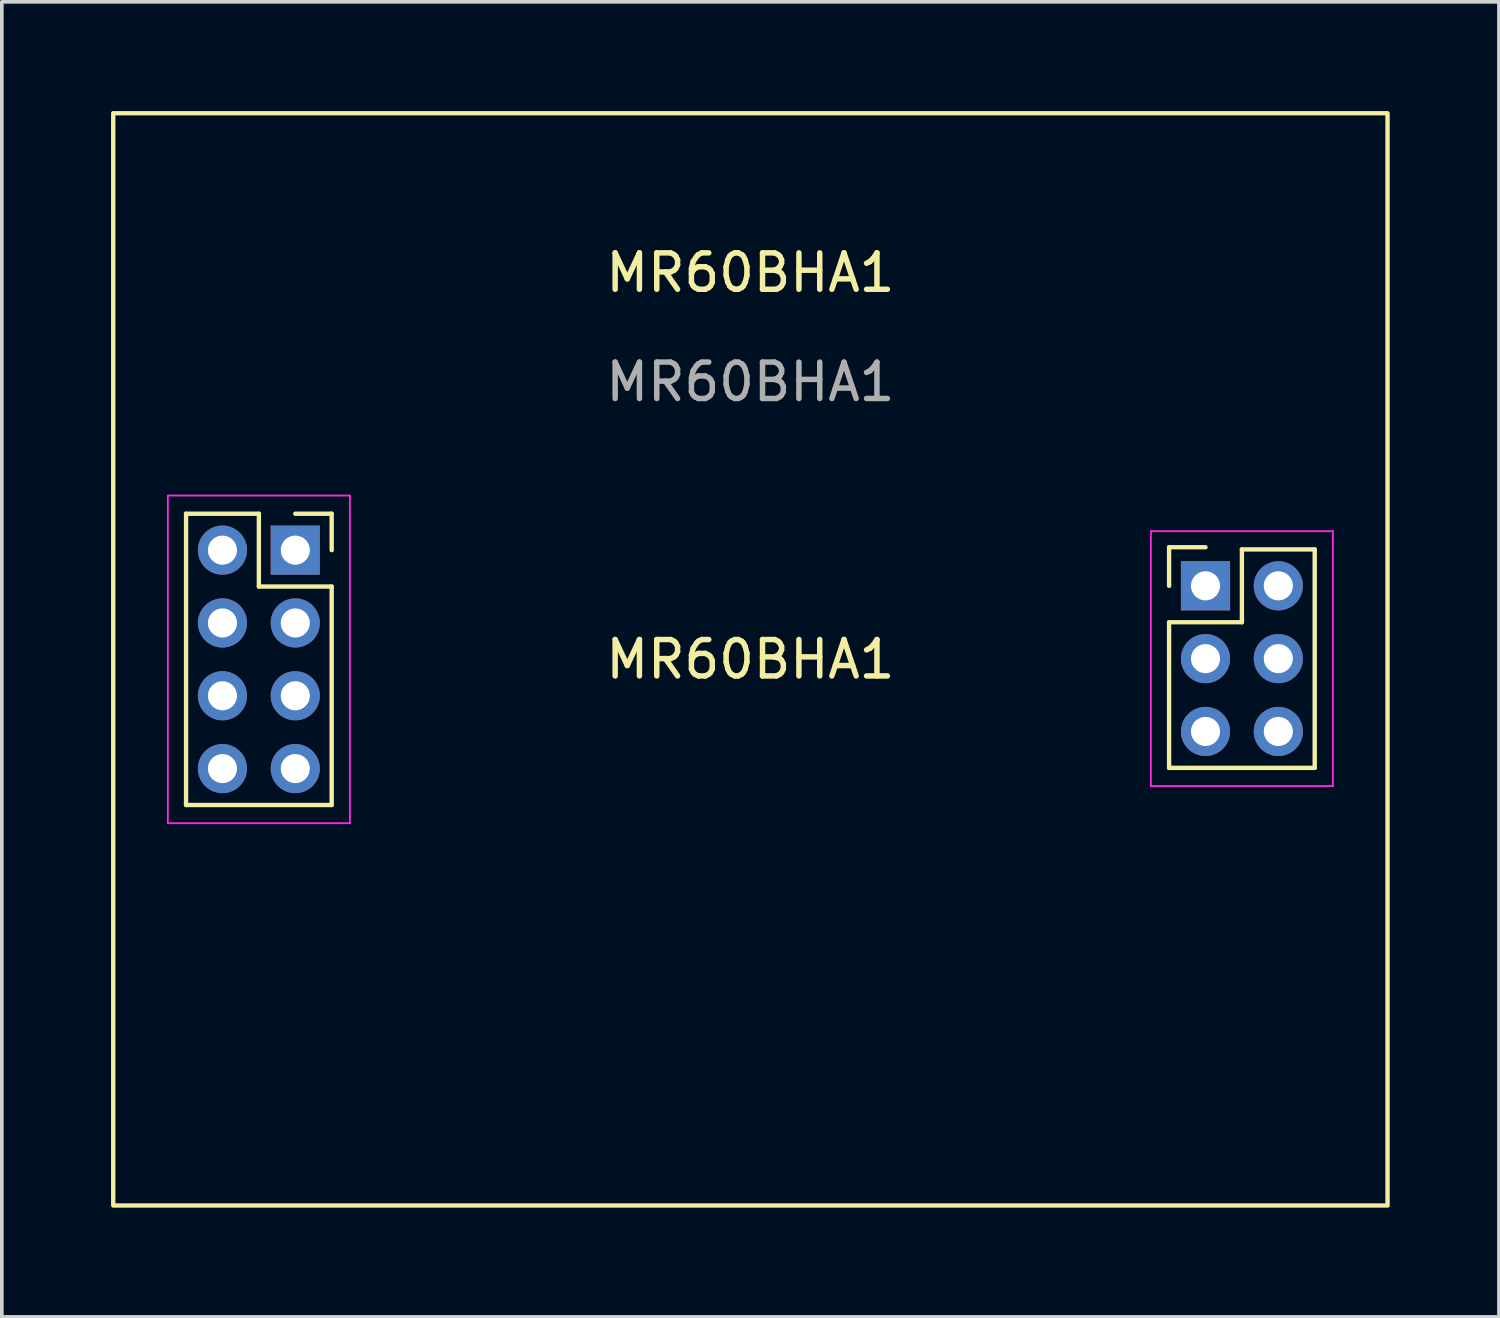
<source format=kicad_pcb>
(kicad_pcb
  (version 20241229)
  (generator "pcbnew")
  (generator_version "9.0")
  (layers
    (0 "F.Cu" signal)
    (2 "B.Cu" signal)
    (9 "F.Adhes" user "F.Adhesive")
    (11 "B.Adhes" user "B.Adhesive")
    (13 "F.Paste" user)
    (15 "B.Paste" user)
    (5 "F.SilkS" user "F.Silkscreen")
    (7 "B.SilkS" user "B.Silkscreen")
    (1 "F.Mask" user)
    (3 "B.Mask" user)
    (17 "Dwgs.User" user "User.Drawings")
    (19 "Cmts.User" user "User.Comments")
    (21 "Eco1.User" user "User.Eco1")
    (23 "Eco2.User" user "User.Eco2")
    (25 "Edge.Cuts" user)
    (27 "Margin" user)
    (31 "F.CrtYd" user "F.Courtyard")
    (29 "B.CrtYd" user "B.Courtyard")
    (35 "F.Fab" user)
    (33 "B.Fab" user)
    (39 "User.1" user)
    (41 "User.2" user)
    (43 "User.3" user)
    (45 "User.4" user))
  (footprint "MR60BHA1"
    (layer "F.Cu")
    (at 17.56 15.06)
    (property "Reference" "MR60BHA1" (at 0 -10.62 0) (unlocked yes) (layer "F.SilkS") (effects (font (size 1 1) (thickness 0.15))))
    (attr through_hole)
    (fp_line (start -15.5 -4) (end -15.5 4) (stroke (width 0.12) (type solid)) (layer "F.SilkS"))
    (fp_line (start -15.5 -4) (end -13.5 -4) (stroke (width 0.12) (type solid)) (layer "F.SilkS"))
    (fp_line (start -15.5 4) (end -11.5 4) (stroke (width 0.12) (type solid)) (layer "F.SilkS"))
    (fp_line (start -13.5 -4) (end -13.5 -2) (stroke (width 0.12) (type solid)) (layer "F.SilkS"))
    (fp_line (start -13.5 -2) (end -11.5 -2) (stroke (width 0.12) (type solid)) (layer "F.SilkS"))
    (fp_line (start -12.5 -4) (end -11.5 -4) (stroke (width 0.12) (type solid)) (layer "F.SilkS"))
    (fp_line (start -11.5 -4) (end -11.5 -3) (stroke (width 0.12) (type solid)) (layer "F.SilkS"))
    (fp_line (start -11.5 -2) (end -11.5 4) (stroke (width 0.12) (type solid)) (layer "F.SilkS"))
    (fp_line (start 11.5 -3.08) (end 11.5 -2.02) (stroke (width 0.12) (type solid)) (layer "F.SilkS"))
    (fp_line (start 11.5 -1.02) (end 11.5 2.98) (stroke (width 0.12) (type solid)) (layer "F.SilkS"))
    (fp_line (start 12.5 -3.08) (end 11.5 -3.08) (stroke (width 0.12) (type solid)) (layer "F.SilkS"))
    (fp_line (start 13.5 -3.02) (end 13.5 -1.02) (stroke (width 0.12) (type solid)) (layer "F.SilkS"))
    (fp_line (start 13.5 -1.02) (end 11.5 -1.02) (stroke (width 0.12) (type solid)) (layer "F.SilkS"))
    (fp_line (start 15.5 -3.02) (end 13.5 -3.02) (stroke (width 0.12) (type solid)) (layer "F.SilkS"))
    (fp_line (start 15.5 -3.02) (end 15.5 2.98) (stroke (width 0.12) (type solid)) (layer "F.SilkS"))
    (fp_line (start 15.5 2.98) (end 11.5 2.98) (stroke (width 0.12) (type solid)) (layer "F.SilkS"))
    (fp_rect (start 17.5 15) (end -17.5 -15) (stroke (width 0.12) (type solid)) (fill no) (layer "F.SilkS"))
    (fp_line (start -16 -4.5) (end -11 -4.5) (stroke (width 0.05) (type solid)) (layer "F.CrtYd"))
    (fp_line (start -16 4.5) (end -16 -4.5) (stroke (width 0.05) (type solid)) (layer "F.CrtYd"))
    (fp_line (start -11 -4.5) (end -11 4.5) (stroke (width 0.05) (type solid)) (layer "F.CrtYd"))
    (fp_line (start -11 4.5) (end -16 4.5) (stroke (width 0.05) (type solid)) (layer "F.CrtYd"))
    (fp_line (start 11 -3.52) (end 11 3.48) (stroke (width 0.05) (type solid)) (layer "F.CrtYd"))
    (fp_line (start 11 3.48) (end 16 3.48) (stroke (width 0.05) (type solid)) (layer "F.CrtYd"))
    (fp_line (start 16 -3.52) (end 11 -3.52) (stroke (width 0.05) (type solid)) (layer "F.CrtYd"))
    (fp_line (start 16 3.48) (end 16 -3.52) (stroke (width 0.05) (type solid)) (layer "F.CrtYd"))
    (fp_text user "MR60BHA1" (at 0 0 0) (unlocked yes) (layer "F.SilkS") (effects (font (size 1 1) (thickness 0.15))))
    (fp_text user "${REFERENCE}" (at 0 -7.62 0) (unlocked yes) (layer "F.Fab") (effects (font (size 1 1) (thickness 0.15))))
    (pad "11" thru_hole oval (at 14.5 -2.02) (size 1.35 1.35) (drill 0.8) (layers "*.Cu" "*.Mask"))
    (pad "12" thru_hole rect (at 12.5 -2.02) (size 1.35 1.35) (drill 0.8) (layers "*.Cu" "*.Mask"))
    (pad "13" thru_hole oval (at 14.5 -0.02) (size 1.35 1.35) (drill 0.8) (layers "*.Cu" "*.Mask"))
    (pad "14" thru_hole oval (at 12.5 -0.02) (size 1.35 1.35) (drill 0.8) (layers "*.Cu" "*.Mask"))
    (pad "15" thru_hole oval (at 14.5 1.98) (size 1.35 1.35) (drill 0.8) (layers "*.Cu" "*.Mask"))
    (pad "16" thru_hole oval (at 12.5 1.98) (size 1.35 1.35) (drill 0.8) (layers "*.Cu" "*.Mask"))
    (pad "21" thru_hole oval (at -14.5 -3) (size 1.35 1.35) (drill 0.8) (layers "*.Cu" "*.Mask"))
    (pad "22" thru_hole rect (at -12.5 -3) (size 1.35 1.35) (drill 0.8) (layers "*.Cu" "*.Mask"))
    (pad "23" thru_hole oval (at -14.5 -1) (size 1.35 1.35) (drill 0.8) (layers "*.Cu" "*.Mask"))
    (pad "24" thru_hole oval (at -12.5 -1) (size 1.35 1.35) (drill 0.8) (layers "*.Cu" "*.Mask"))
    (pad "25" thru_hole oval (at -14.5 1) (size 1.35 1.35) (drill 0.8) (layers "*.Cu" "*.Mask"))
    (pad "26" thru_hole oval (at -12.5 1) (size 1.35 1.35) (drill 0.8) (layers "*.Cu" "*.Mask"))
    (pad "27" thru_hole oval (at -14.5 3) (size 1.35 1.35) (drill 0.8) (layers "*.Cu" "*.Mask"))
    (pad "28" thru_hole oval (at -12.5 3) (size 1.35 1.35) (drill 0.8) (layers "*.Cu" "*.Mask")))
  (gr_rect
    (start -3 -3)
    (end 38.12 33.12)
    (stroke (width 0.1) (type default))
    (fill no)
    (layer "Edge.Cuts")))
</source>
